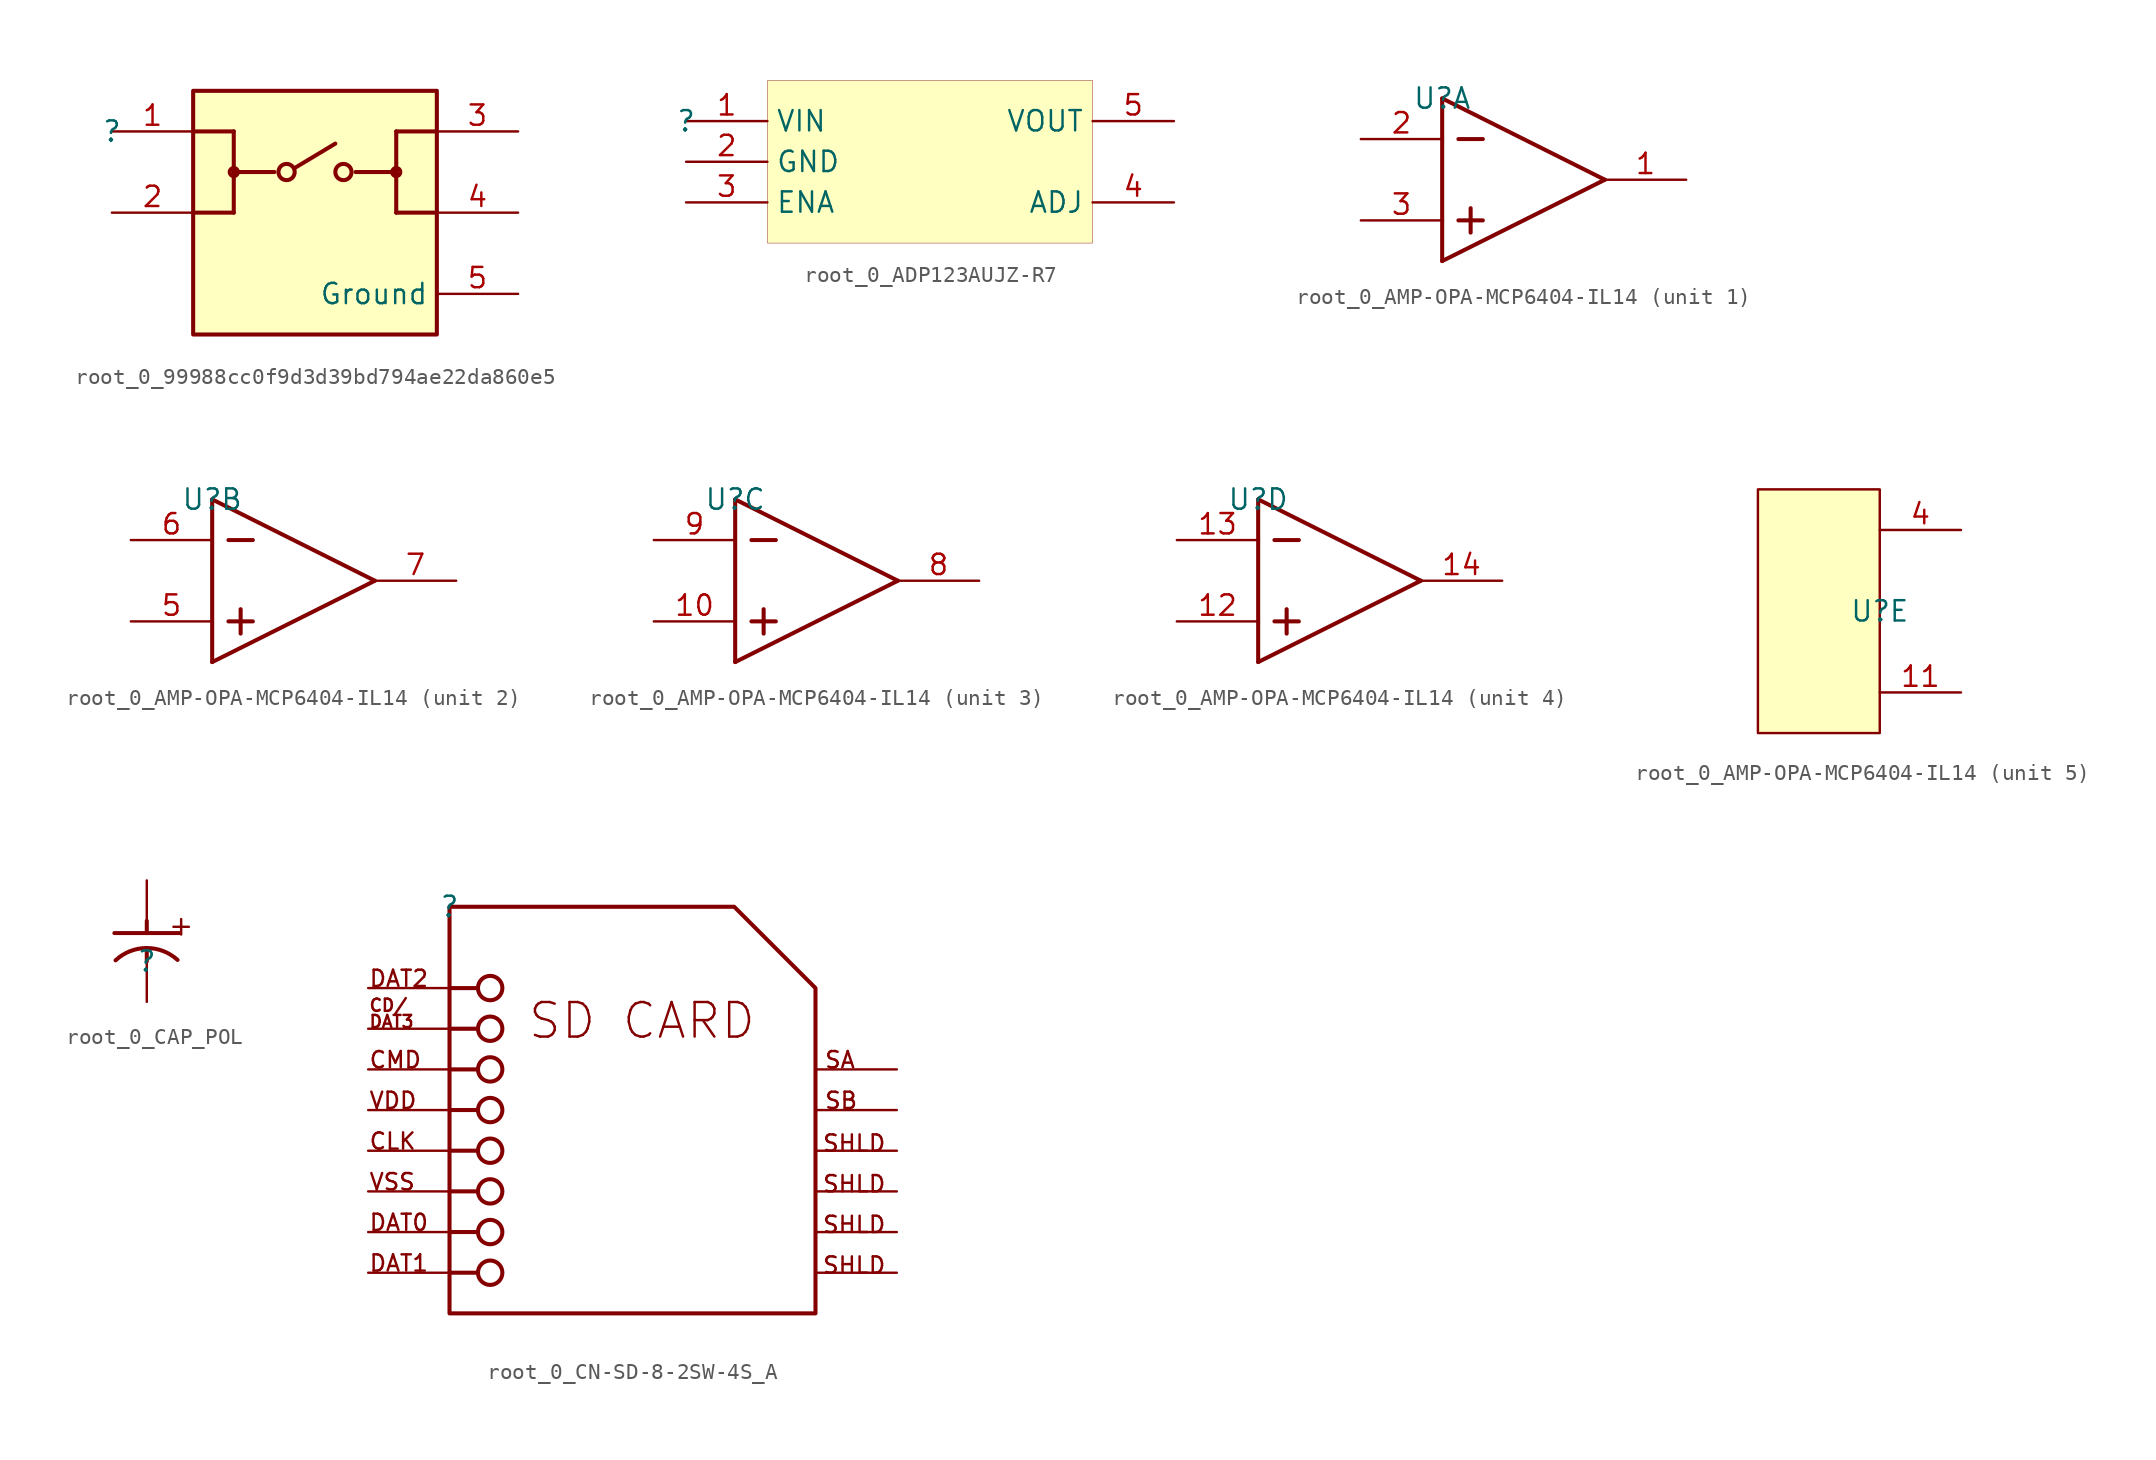
<source format=kicad_sym>
(kicad_symbol_lib
  (version 20231120)
  (generator "kicad_symbol_editor")
  (generator_version "8.0")
  (symbol "root_0_99988cc0f9d3d39bd794ae22da860e5"
    (property "Reference" ""
      (at 0 0 0)
      (effects (font (size 1.27 1.27))))
    (property "Value" ""
      (at 0 0 0)
      (effects (font (size 1.27 1.27))))
    (symbol "root_0_99988cc0f9d3d39bd794ae22da860e5_1_0"
      (polyline (pts (xy 5.08 0) (xy 7.62 0)) (stroke (width 0.254) (type solid)) (fill (type none)))
      (polyline (pts (xy 7.62 -5.08) (xy 5.08 -5.08)) (stroke (width 0.254) (type solid)) (fill (type none)))
      (polyline (pts (xy 7.62 -2.54) (xy 10.16 -2.54)) (stroke (width 0.254) (type solid)) (fill (type none)))
      (polyline (pts (xy 7.62 0) (xy 7.62 -5.08)) (stroke (width 0.254) (type solid)) (fill (type none)))
      (polyline (pts (xy 11.43 -2.286) (xy 13.97 -0.762)) (stroke (width 0.254) (type solid)) (fill (type none)))
      (polyline (pts (xy 17.78 -5.08) (xy 17.78 0)) (stroke (width 0.254) (type solid)) (fill (type none)))
      (polyline (pts (xy 17.78 -2.54) (xy 15.24 -2.54)) (stroke (width 0.254) (type solid)) (fill (type none)))
      (polyline (pts (xy 17.78 0) (xy 20.32 0)) (stroke (width 0.254) (type solid)) (fill (type none)))
      (polyline (pts (xy 20.32 -5.08) (xy 17.78 -5.08)) (stroke (width 0.254) (type solid)) (fill (type none)))
      (circle (center 7.62 -2.54) (radius 0.254) (stroke (width 0.254) (type solid)) (fill (type none)))
      (circle (center 10.922 -2.54) (radius 0.508) (stroke (width 0.254) (type solid)) (fill (type none)))
      (circle (center 14.478 -2.54) (radius 0.508) (stroke (width 0.254) (type solid)) (fill (type none)))
      (circle (center 17.78 -2.54) (radius 0.254) (stroke (width 0.254) (type solid)) (fill (type none)))
      (rectangle (start 20.32 2.54) (end 5.08 -12.7) (stroke (width 0.254) (type solid) (color 128 0 0 1)) (fill (type background)))
      (pin passive line (at 0 0 0) (length 5.08) (name "1" (effects (font (size 0 0)))) (number "1" (effects (font (size 1.27 1.27)))))
      (pin passive line (at 0 -5.08 0) (length 5.08) (name "2" (effects (font (size 0 0)))) (number "2" (effects (font (size 1.27 1.27)))))
      (pin passive line (at 25.4 0 180) (length 5.08) (name "3" (effects (font (size 0 0)))) (number "3" (effects (font (size 1.27 1.27)))))
      (pin passive line (at 25.4 -5.08 180) (length 5.08) (name "4" (effects (font (size 0 0)))) (number "4" (effects (font (size 1.27 1.27)))))
      (pin power_in line (at 25.4 -10.16 180) (length 5.08) (name "Ground" (effects (font (size 1.27 1.27)))) (number "5" (effects (font (size 1.27 1.27)))))))
  (symbol "root_0_ADP123AUJZ-R7"
    (property "Reference" ""
      (at 0 0 0)
      (effects (font (size 1.27 1.27))))
    (property "Value" ""
      (at 0 0 0)
      (effects (font (size 1.27 1.27))))
    (symbol "root_0_ADP123AUJZ-R7_1_0"
      (rectangle (start 25.4 2.54) (end 5.08 -7.62) (stroke (width 0.025) (type solid) (color 128 0 0 1)) (fill (type background)))
      (pin passive line (at 0 0 0) (length 5.08) (name "VIN" (effects (font (size 1.27 1.27)))) (number "1" (effects (font (size 1.27 1.27)))))
      (pin passive line (at 0 -2.54 0) (length 5.08) (name "GND" (effects (font (size 1.27 1.27)))) (number "2" (effects (font (size 1.27 1.27)))))
      (pin passive line (at 0 -5.08 0) (length 5.08) (name "ENA" (effects (font (size 1.27 1.27)))) (number "3" (effects (font (size 1.27 1.27)))))
      (pin passive line (at 30.48 -5.08 180) (length 5.08) (name "ADJ" (effects (font (size 1.27 1.27)))) (number "4" (effects (font (size 1.27 1.27)))))
      (pin passive line (at 30.48 0 180) (length 5.08) (name "VOUT" (effects (font (size 1.27 1.27)))) (number "5" (effects (font (size 1.27 1.27)))))))
  (symbol "root_0_AMP-OPA-MCP6404-IL14"
    (property "Reference" "U"
      (at 0 0 0)
      (effects (font (size 1.27 1.27))))
    (property "Value" ""
      (at 0 0 0)
      (effects (font (size 1.27 1.27))))
    (property "ki_locked" ""
      (at 0 0 0)
      (effects (font (size 1.27 1.27))))
    (symbol "root_0_AMP-OPA-MCP6404-IL14_1_0"
      (polyline (pts (xy 0 -10.16) (xy 10.16 -5.08)) (stroke (width 0.254) (type solid)) (fill (type none)))
      (polyline (pts (xy 0 0) (xy 0 -10.16)) (stroke (width 0.254) (type solid)) (fill (type none)))
      (polyline (pts (xy 0 0) (xy 10.16 -5.08)) (stroke (width 0.254) (type solid)) (fill (type none)))
      (polyline (pts (xy 1.016 -7.62) (xy 2.54 -7.62)) (stroke (width 0.254) (type solid)) (fill (type none)))
      (polyline (pts (xy 1.016 -2.54) (xy 2.54 -2.54)) (stroke (width 0.254) (type solid)) (fill (type none)))
      (polyline (pts (xy 1.778 -6.858) (xy 1.778 -8.382)) (stroke (width 0.254) (type solid)) (fill (type none)))
      (pin output line (at 15.24 -5.08 180) (length 5.08) (name "VOUTA" (effects (font (size 0 0)))) (number "1" (effects (font (size 1.27 1.27)))))
      (pin input line (at -5.08 -2.54 0) (length 5.08) (name "VINA-" (effects (font (size 0 0)))) (number "2" (effects (font (size 1.27 1.27)))))
      (pin input line (at -5.08 -7.62 0) (length 5.08) (name "VINA+" (effects (font (size 0 0)))) (number "3" (effects (font (size 1.27 1.27))))))
    (symbol "root_0_AMP-OPA-MCP6404-IL14_2_0"
      (polyline (pts (xy 0 -10.16) (xy 10.16 -5.08)) (stroke (width 0.254) (type solid)) (fill (type none)))
      (polyline (pts (xy 0 0) (xy 0 -10.16)) (stroke (width 0.254) (type solid)) (fill (type none)))
      (polyline (pts (xy 0 0) (xy 10.16 -5.08)) (stroke (width 0.254) (type solid)) (fill (type none)))
      (polyline (pts (xy 1.016 -7.62) (xy 2.54 -7.62)) (stroke (width 0.254) (type solid)) (fill (type none)))
      (polyline (pts (xy 1.016 -2.54) (xy 2.54 -2.54)) (stroke (width 0.254) (type solid)) (fill (type none)))
      (polyline (pts (xy 1.778 -6.858) (xy 1.778 -8.382)) (stroke (width 0.254) (type solid)) (fill (type none)))
      (pin input line (at -5.08 -7.62 0) (length 5.08) (name "VINB+" (effects (font (size 0 0)))) (number "5" (effects (font (size 1.27 1.27)))))
      (pin input line (at -5.08 -2.54 0) (length 5.08) (name "VINB-" (effects (font (size 0 0)))) (number "6" (effects (font (size 1.27 1.27)))))
      (pin output line (at 15.24 -5.08 180) (length 5.08) (name "VOUTB" (effects (font (size 0 0)))) (number "7" (effects (font (size 1.27 1.27))))))
    (symbol "root_0_AMP-OPA-MCP6404-IL14_3_0"
      (polyline (pts (xy 0 -10.16) (xy 10.16 -5.08)) (stroke (width 0.254) (type solid)) (fill (type none)))
      (polyline (pts (xy 0 0) (xy 0 -10.16)) (stroke (width 0.254) (type solid)) (fill (type none)))
      (polyline (pts (xy 0 0) (xy 10.16 -5.08)) (stroke (width 0.254) (type solid)) (fill (type none)))
      (polyline (pts (xy 1.016 -7.62) (xy 2.54 -7.62)) (stroke (width 0.254) (type solid)) (fill (type none)))
      (polyline (pts (xy 1.016 -2.54) (xy 2.54 -2.54)) (stroke (width 0.254) (type solid)) (fill (type none)))
      (polyline (pts (xy 1.778 -6.858) (xy 1.778 -8.382)) (stroke (width 0.254) (type solid)) (fill (type none)))
      (pin input line (at -5.08 -7.62 0) (length 5.08) (name "VINC+" (effects (font (size 0 0)))) (number "10" (effects (font (size 1.27 1.27)))))
      (pin output line (at 15.24 -5.08 180) (length 5.08) (name "VOUTC" (effects (font (size 0 0)))) (number "8" (effects (font (size 1.27 1.27)))))
      (pin input line (at -5.08 -2.54 0) (length 5.08) (name "VINC-" (effects (font (size 0 0)))) (number "9" (effects (font (size 1.27 1.27))))))
    (symbol "root_0_AMP-OPA-MCP6404-IL14_4_0"
      (polyline (pts (xy 0 -10.16) (xy 10.16 -5.08)) (stroke (width 0.254) (type solid)) (fill (type none)))
      (polyline (pts (xy 0 0) (xy 0 -10.16)) (stroke (width 0.254) (type solid)) (fill (type none)))
      (polyline (pts (xy 0 0) (xy 10.16 -5.08)) (stroke (width 0.254) (type solid)) (fill (type none)))
      (polyline (pts (xy 1.016 -7.62) (xy 2.54 -7.62)) (stroke (width 0.254) (type solid)) (fill (type none)))
      (polyline (pts (xy 1.016 -2.54) (xy 2.54 -2.54)) (stroke (width 0.254) (type solid)) (fill (type none)))
      (polyline (pts (xy 1.778 -6.858) (xy 1.778 -8.382)) (stroke (width 0.254) (type solid)) (fill (type none)))
      (pin input line (at -5.08 -7.62 0) (length 5.08) (name "VIND+" (effects (font (size 0 0)))) (number "12" (effects (font (size 1.27 1.27)))))
      (pin input line (at -5.08 -2.54 0) (length 5.08) (name "VIND-" (effects (font (size 0 0)))) (number "13" (effects (font (size 1.27 1.27)))))
      (pin output line (at 15.24 -5.08 180) (length 5.08) (name "VOUTD" (effects (font (size 0 0)))) (number "14" (effects (font (size 1.27 1.27))))))
    (symbol "root_0_AMP-OPA-MCP6404-IL14_5_0"
      (pin input line (at 5.08 -5.08 180) (length 5.08) (name "Vin-" (effects (font (size 0 0)))) (number "11" (effects (font (size 1.27 1.27)))))
      (pin input line (at 5.08 5.08 180) (length 5.08) (name "Vin+" (effects (font (size 0 0)))) (number "4" (effects (font (size 1.27 1.27))))))
    (symbol "root_0_AMP-OPA-MCP6404-IL14_5_1"
      (rectangle (start -7.62 7.62) (end 0 -7.62) (stroke (width 0) (type default)) (fill (type background)))))
  (symbol "root_0_CAP_POL"
    (property "Reference" ""
      (at 0 0 0)
      (effects (font (size 1.27 1.27))))
    (property "Value" ""
      (at 0 0 0)
      (effects (font (size 1.27 1.27))))
    (symbol "root_0_CAP_POL_1_0"
      (polyline (pts (xy 0 0) (xy 0 0.762)) (stroke (width 0.254) (type solid)) (fill (type none)))
      (polyline (pts (xy 0 2.54) (xy 0 1.778)) (stroke (width 0.254) (type solid)) (fill (type none)))
      (polyline (pts (xy 2.032 1.778) (xy -2.032 1.778)) (stroke (width 0.254) (type solid)) (fill (type none)))
      (arc (start 1.9317 0.092) (mid -0.0185 0.839) (end -1.9589 0.0669) (stroke (width 0.254) (type solid)) (fill (type none)))
      (text "+" (at 1.27 1.524 0) (effects (font (size 1.27 1.27)) (justify left bottom)))
      (pin passive line (at 0 5.08 270) (length 2.54) (name "1" (effects (font (size 0 0)))) (number "1" (effects (font (size 0 0)))))
      (pin passive line (at 0 -2.54 90) (length 2.54) (name "2" (effects (font (size 0 0)))) (number "2" (effects (font (size 0 0)))))))
  (symbol "root_0_CN-SD-8-2SW-4S_A"
    (property "Reference" ""
      (at 0 0 0)
      (effects (font (size 1.27 1.27))))
    (property "Value" ""
      (at 0 0 0)
      (effects (font (size 1.27 1.27))))
    (symbol "root_0_CN-SD-8-2SW-4S_A_1_0"
      (polyline (pts (xy 1.778 -22.86) (xy 0 -22.86)) (stroke (width 0.254) (type solid)) (fill (type none)))
      (polyline (pts (xy 1.778 -20.32) (xy 0 -20.32)) (stroke (width 0.254) (type solid)) (fill (type none)))
      (polyline (pts (xy 1.778 -17.78) (xy 0 -17.78)) (stroke (width 0.254) (type solid)) (fill (type none)))
      (polyline (pts (xy 1.778 -15.24) (xy 0 -15.24)) (stroke (width 0.254) (type solid)) (fill (type none)))
      (polyline (pts (xy 1.778 -12.7) (xy 0 -12.7)) (stroke (width 0.254) (type solid)) (fill (type none)))
      (polyline (pts (xy 1.778 -10.16) (xy 0 -10.16)) (stroke (width 0.254) (type solid)) (fill (type none)))
      (polyline (pts (xy 1.778 -7.62) (xy 0 -7.62)) (stroke (width 0.254) (type solid)) (fill (type none)))
      (polyline (pts (xy 1.778 -5.08) (xy 0 -5.08)) (stroke (width 0.254) (type solid)) (fill (type none)))
      (polyline (pts (xy 0 0) (xy 0 -25.4) (xy 22.86 -25.4) (xy 22.86 -5.08) (xy 17.78 0) (xy 0 0)) (stroke (width 0.254) (type solid)) (fill (type none)))
      (circle (center 2.54 -22.86) (radius 0.762) (stroke (width 0.254) (type solid)) (fill (type color) (color 255 255 255 1)))
      (circle (center 2.54 -20.32) (radius 0.762) (stroke (width 0.254) (type solid)) (fill (type color) (color 255 255 255 1)))
      (circle (center 2.54 -17.78) (radius 0.762) (stroke (width 0.254) (type solid)) (fill (type color) (color 255 255 255 1)))
      (circle (center 2.54 -15.24) (radius 0.762) (stroke (width 0.254) (type solid)) (fill (type color) (color 255 255 255 1)))
      (circle (center 2.54 -12.7) (radius 0.762) (stroke (width 0.254) (type solid)) (fill (type color) (color 255 255 255 1)))
      (circle (center 2.54 -10.16) (radius 0.762) (stroke (width 0.254) (type solid)) (fill (type color) (color 255 255 255 1)))
      (circle (center 2.54 -7.62) (radius 0.762) (stroke (width 0.254) (type solid)) (fill (type color) (color 255 255 255 1)))
      (circle (center 2.54 -5.08) (radius 0.762) (stroke (width 0.254) (type solid)) (fill (type color) (color 255 255 255 1)))
      (text "CD/" (at -5.08 -6.604 0) (effects (font (size 0.762 0.762)) (justify left bottom)))
      (text "CLK" (at -5.08 -15.24 0) (effects (font (size 1.016 1.016)) (justify left bottom)))
      (text "CMD" (at -5.08 -10.16 0) (effects (font (size 1.016 1.016)) (justify left bottom)))
      (text "DAT0" (at -5.08 -20.32 0) (effects (font (size 1.016 1.016)) (justify left bottom)))
      (text "DAT1" (at -5.08 -22.86 0) (effects (font (size 1.016 1.016)) (justify left bottom)))
      (text "DAT2" (at -5.08 -5.08 0) (effects (font (size 1.016 1.016)) (justify left bottom)))
      (text "DAT3" (at -5.08 -7.62 0) (effects (font (size 0.762 0.762)) (justify left bottom)))
      (text "SA" (at 23.368 -10.16 0) (effects (font (size 1.016 1.016)) (justify left bottom)))
      (text "SB" (at 23.368 -12.7 0) (effects (font (size 1.016 1.016)) (justify left bottom)))
      (text "SD CARD" (at 4.826 -8.382 0) (effects (font (size 2.159 2.159)) (justify left bottom)))
      (text "SHLD" (at 23.241 -22.987 0) (effects (font (size 1.016 1.016)) (justify left bottom)))
      (text "SHLD" (at 23.241 -20.447 0) (effects (font (size 1.016 1.016)) (justify left bottom)))
      (text "SHLD" (at 23.241 -17.907 0) (effects (font (size 1.016 1.016)) (justify left bottom)))
      (text "SHLD" (at 23.241 -15.367 0) (effects (font (size 1.016 1.016)) (justify left bottom)))
      (text "VDD" (at -5.08 -12.7 0) (effects (font (size 1.016 1.016)) (justify left bottom)))
      (text "VSS" (at -5.08 -17.78 0) (effects (font (size 1.016 1.016)) (justify left bottom)))
      (pin passive line (at -5.08 -5.08 0) (length 5.08) (name "DAT2" (effects (font (size 0 0)))) (number "1" (effects (font (size 0 0)))))
      (pin passive line (at 27.94 -12.7 180) (length 5.08) (name "SB" (effects (font (size 0 0)))) (number "10" (effects (font (size 0 0)))))
      (pin passive line (at 27.94 -15.24 180) (length 5.08) (name "SHLD" (effects (font (size 0 0)))) (number "11" (effects (font (size 0 0)))))
      (pin passive line (at 27.94 -20.32 180) (length 5.08) (name "SHLD" (effects (font (size 0 0)))) (number "12" (effects (font (size 0 0)))))
      (pin passive line (at 27.94 -17.78 180) (length 5.08) (name "SHLD" (effects (font (size 0 0)))) (number "13" (effects (font (size 0 0)))))
      (pin passive line (at 27.94 -22.86 180) (length 5.08) (name "SHLD" (effects (font (size 0 0)))) (number "14" (effects (font (size 0 0)))))
      (pin passive line (at -5.08 -7.62 0) (length 5.08) (name "CD/DAT3" (effects (font (size 0 0)))) (number "2" (effects (font (size 0 0)))))
      (pin passive line (at -5.08 -10.16 0) (length 5.08) (name "CMD" (effects (font (size 0 0)))) (number "3" (effects (font (size 0 0)))))
      (pin passive line (at -5.08 -12.7 0) (length 5.08) (name "VDD" (effects (font (size 0 0)))) (number "4" (effects (font (size 0 0)))))
      (pin passive line (at -5.08 -15.24 0) (length 5.08) (name "CLK" (effects (font (size 0 0)))) (number "5" (effects (font (size 0 0)))))
      (pin passive line (at -5.08 -17.78 0) (length 5.08) (name "VSS" (effects (font (size 0 0)))) (number "6" (effects (font (size 0 0)))))
      (pin passive line (at -5.08 -20.32 0) (length 5.08) (name "DAT0" (effects (font (size 0 0)))) (number "7" (effects (font (size 0 0)))))
      (pin passive line (at -5.08 -22.86 0) (length 5.08) (name "DAT1" (effects (font (size 0 0)))) (number "8" (effects (font (size 0 0)))))
      (pin passive line (at 27.94 -10.16 180) (length 5.08) (name "SA" (effects (font (size 0 0)))) (number "9" (effects (font (size 0 0))))))))
</source>
